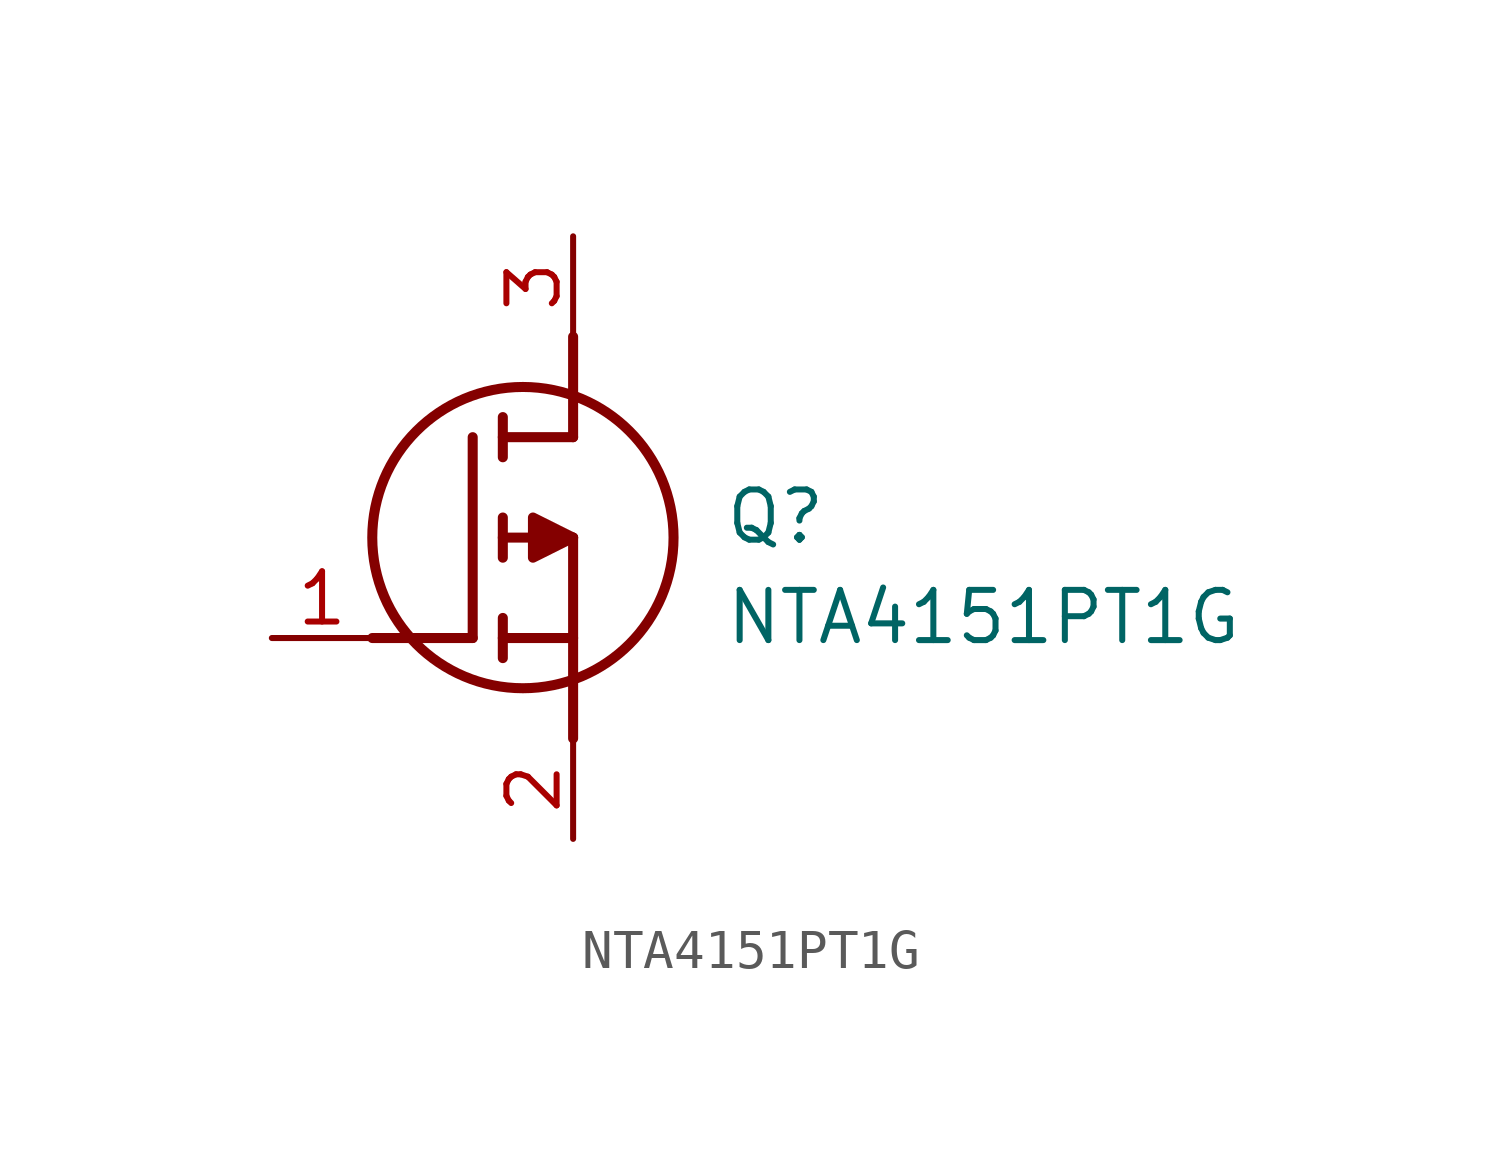
<source format=kicad_sym>
(kicad_symbol_lib
  (version 20211014)
  (generator SamacSys_ECAD_Model)
  (symbol "NTA4151PT1G"
    (pin_names hide)
    (property "Reference" "Q"
      (at 11.43 3.81 0)
      (effects (font (size 1.27 1.27)) (justify left top)))
    (property "Value" "NTA4151PT1G"
      (at 11.43 1.27 0)
      (effects (font (size 1.27 1.27)) (justify left top)))
    (polyline
      (pts (xy 7.62 2.54) (xy 7.62 -2.54))
      (stroke (width 0.254) (type default))
      (fill (type none)))
    (polyline
      (pts (xy 7.62 5.08) (xy 7.62 7.62))
      (stroke (width 0.254) (type default))
      (fill (type none)))
    (polyline
      (pts (xy 2.54 0) (xy 5.08 0))
      (stroke (width 0.254) (type default))
      (fill (type none)))
    (polyline
      (pts (xy 5.08 5.08) (xy 5.08 0))
      (stroke (width 0.254) (type default))
      (fill (type none)))
    (polyline
      (pts (xy 7.62 2.54) (xy 5.842 2.54))
      (stroke (width 0.254) (type default))
      (fill (type none)))
    (polyline
      (pts (xy 7.62 5.08) (xy 5.842 5.08))
      (stroke (width 0.254) (type default))
      (fill (type none)))
    (polyline
      (pts (xy 5.842 0) (xy 7.62 0))
      (stroke (width 0.254) (type default))
      (fill (type none)))
    (polyline
      (pts (xy 5.842 5.588) (xy 5.842 4.572))
      (stroke (width 0.254) (type default))
      (fill (type none)))
    (polyline
      (pts (xy 5.842 -0.508) (xy 5.842 0.508))
      (stroke (width 0.254) (type default))
      (fill (type none)))
    (polyline
      (pts (xy 5.842 2.032) (xy 5.842 3.048))
      (stroke (width 0.254) (type default))
      (fill (type none)))
    (circle
      (center 6.35 2.54)
      (radius 3.81)
      (stroke (width 0.254) (type default))
      (fill (type none)))
    (polyline
      (pts (xy 7.62 2.54) (xy 6.604 3.048) (xy 6.604 2.032) (xy 7.62 2.54))
      (stroke (width 0.254) (type default))
      (fill (type outline)))
    (pin passive line
      (at 0 0 0)
      (length 2.54)
      (name "G" (effects (font (size 1.27 1.27))))
      (number "1" (effects (font (size 1.27 1.27)))))
    (pin passive line
      (at 7.62 10.16 270)
      (length 2.54)
      (name "D" (effects (font (size 1.27 1.27))))
      (number "3" (effects (font (size 1.27 1.27)))))
    (pin passive line
      (at 7.62 -5.08 90)
      (length 2.54)
      (name "S" (effects (font (size 1.27 1.27))))
      (number "2" (effects (font (size 1.27 1.27)))))))
</source>
